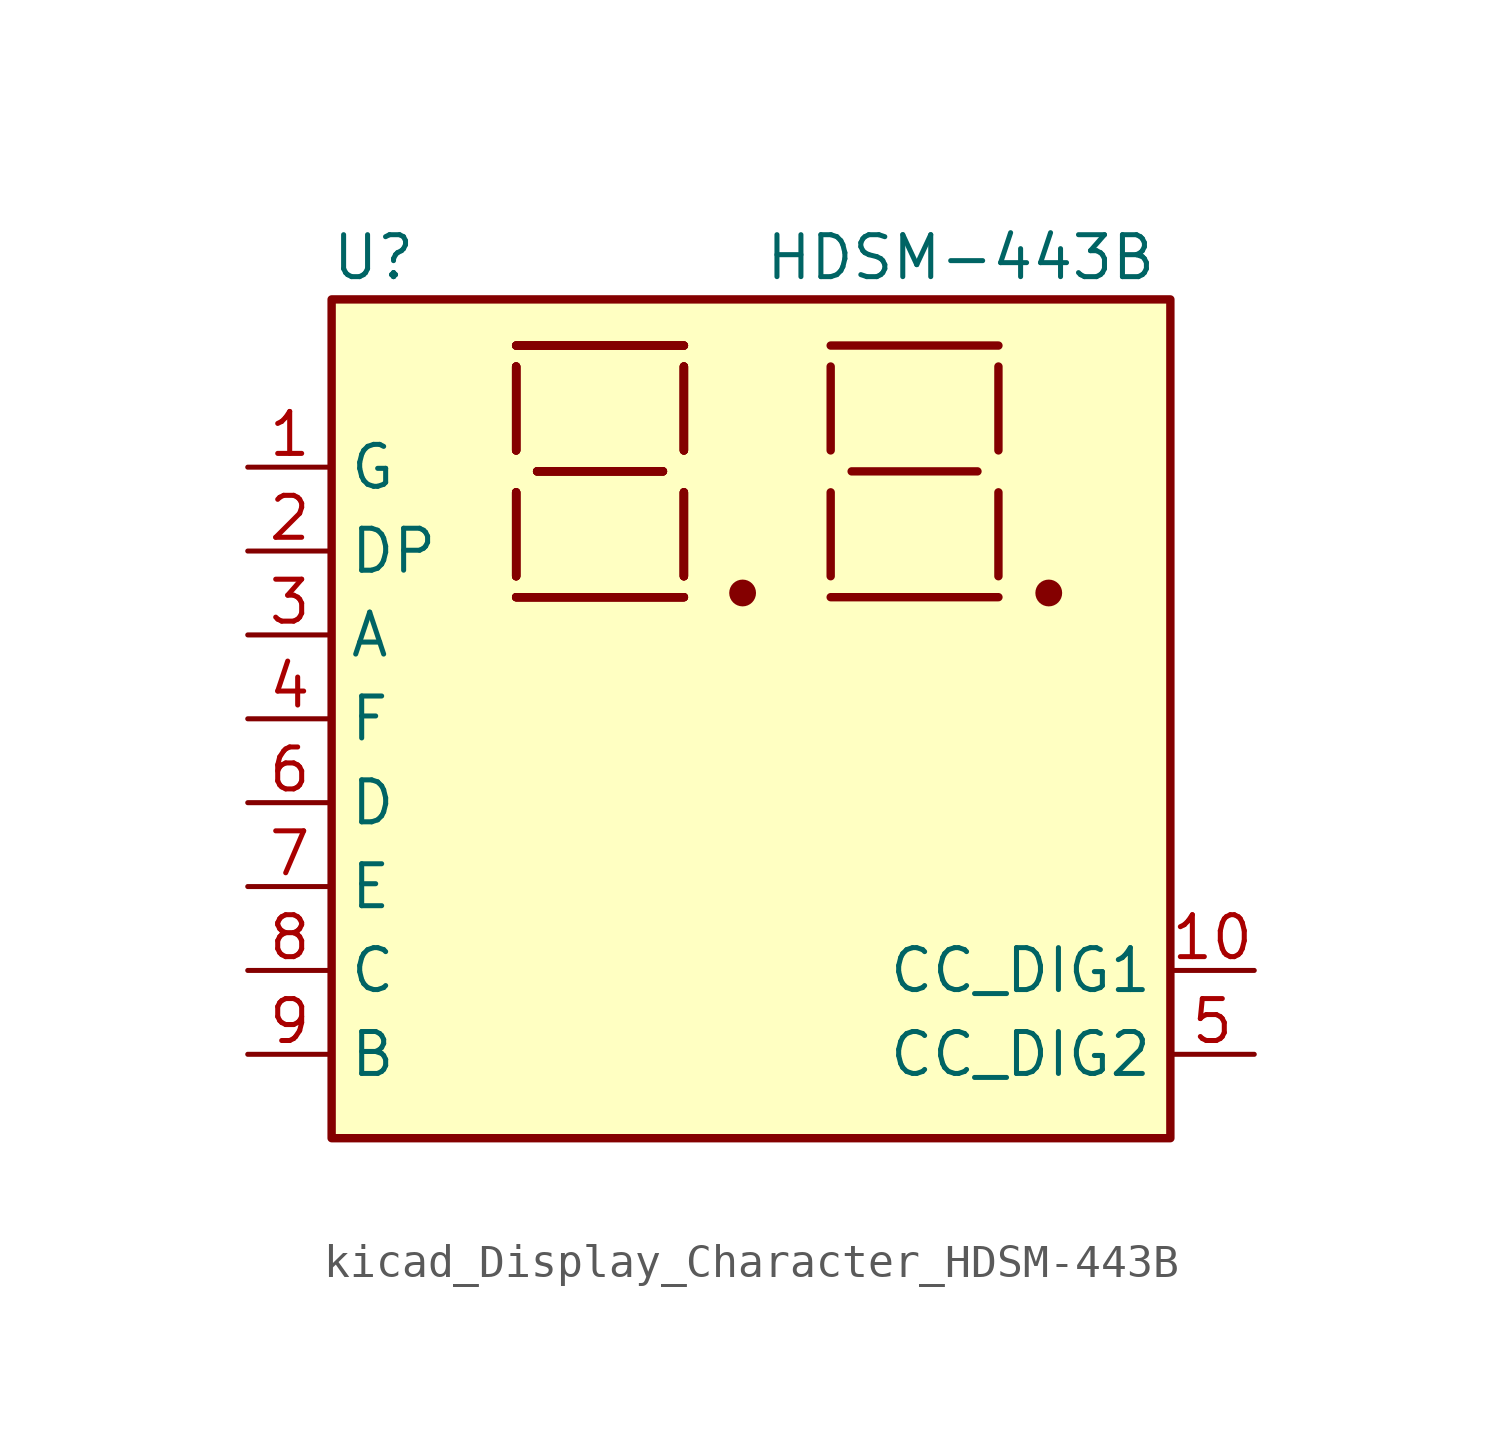
<source format=kicad_sym>
(kicad_symbol_lib
  (version 20220914)
  (generator kicad_symbol_editor)
  (symbol "kicad_Display_Character_HDSM-443B"
    (property "Reference" "U"
      (at -11.43 13.97 0)
      (effects (font (size 1.27 1.27))))
    (property "Value" "HDSM-443B"
      (at 6.35 13.97 0)
      (effects (font (size 1.27 1.27))))
    (symbol "kicad_Display_Character_HDSM-443B_0_1"
      (rectangle (start -12.7 12.7) (end 12.7 -12.7) (stroke (width 0.254) (type default)) (fill (type background)))
      (circle (center -0.254 3.81) (radius 0.279) (stroke (width 0.254) (type default)) (fill (type outline)))
      (polyline (pts (xy -7.112 3.683) (xy -2.032 3.683)) (stroke (width 0.254) (type default)) (fill (type none)))
      (polyline (pts (xy -7.112 3.683) (xy -2.032 3.683)) (stroke (width 0.254) (type default)) (fill (type none)))
      (polyline (pts (xy -7.112 3.683) (xy -2.032 3.683)) (stroke (width 0.254) (type default)) (fill (type none)))
      (polyline (pts (xy -7.112 3.683) (xy -2.032 3.683)) (stroke (width 0.254) (type default)) (fill (type none)))
      (polyline (pts (xy -7.112 4.318) (xy -7.112 6.858)) (stroke (width 0.254) (type default)) (fill (type none)))
      (polyline (pts (xy -7.112 4.318) (xy -7.112 6.858)) (stroke (width 0.254) (type default)) (fill (type none)))
      (polyline (pts (xy -7.112 4.318) (xy -7.112 6.858)) (stroke (width 0.254) (type default)) (fill (type none)))
      (polyline (pts (xy -7.112 4.318) (xy -7.112 6.858)) (stroke (width 0.254) (type default)) (fill (type none)))
      (polyline (pts (xy -7.112 8.128) (xy -7.112 10.668)) (stroke (width 0.254) (type default)) (fill (type none)))
      (polyline (pts (xy -7.112 8.128) (xy -7.112 10.668)) (stroke (width 0.254) (type default)) (fill (type none)))
      (polyline (pts (xy -7.112 8.128) (xy -7.112 10.668)) (stroke (width 0.254) (type default)) (fill (type none)))
      (polyline (pts (xy -7.112 8.128) (xy -7.112 10.668)) (stroke (width 0.254) (type default)) (fill (type none)))
      (polyline (pts (xy -7.112 11.303) (xy -2.032 11.303)) (stroke (width 0.254) (type default)) (fill (type none)))
      (polyline (pts (xy -7.112 11.303) (xy -2.032 11.303)) (stroke (width 0.254) (type default)) (fill (type none)))
      (polyline (pts (xy -7.112 11.303) (xy -2.032 11.303)) (stroke (width 0.254) (type default)) (fill (type none)))
      (polyline (pts (xy -7.112 11.303) (xy -2.032 11.303)) (stroke (width 0.254) (type default)) (fill (type none)))
      (polyline (pts (xy -6.477 7.493) (xy -2.667 7.493)) (stroke (width 0.254) (type default)) (fill (type none)))
      (polyline (pts (xy -6.477 7.493) (xy -2.667 7.493)) (stroke (width 0.254) (type default)) (fill (type none)))
      (polyline (pts (xy -6.477 7.493) (xy -2.667 7.493)) (stroke (width 0.254) (type default)) (fill (type none)))
      (polyline (pts (xy -6.477 7.493) (xy -2.667 7.493)) (stroke (width 0.254) (type default)) (fill (type none)))
      (polyline (pts (xy -2.032 4.318) (xy -2.032 6.858)) (stroke (width 0.254) (type default)) (fill (type none)))
      (polyline (pts (xy -2.032 4.318) (xy -2.032 6.858)) (stroke (width 0.254) (type default)) (fill (type none)))
      (polyline (pts (xy -2.032 4.318) (xy -2.032 6.858)) (stroke (width 0.254) (type default)) (fill (type none)))
      (polyline (pts (xy -2.032 4.318) (xy -2.032 6.858)) (stroke (width 0.254) (type default)) (fill (type none)))
      (polyline (pts (xy -2.032 10.668) (xy -2.032 8.128)) (stroke (width 0.254) (type default)) (fill (type none)))
      (polyline (pts (xy -2.032 10.668) (xy -2.032 8.128)) (stroke (width 0.254) (type default)) (fill (type none)))
      (polyline (pts (xy -2.032 10.668) (xy -2.032 8.128)) (stroke (width 0.254) (type default)) (fill (type none)))
      (polyline (pts (xy -2.032 10.668) (xy -2.032 8.128)) (stroke (width 0.254) (type default)) (fill (type none)))
      (polyline (pts (xy 2.413 3.683) (xy 7.493 3.683)) (stroke (width 0.254) (type default)) (fill (type none)))
      (polyline (pts (xy 2.413 4.318) (xy 2.413 6.858)) (stroke (width 0.254) (type default)) (fill (type none)))
      (polyline (pts (xy 2.413 8.128) (xy 2.413 10.668)) (stroke (width 0.254) (type default)) (fill (type none)))
      (polyline (pts (xy 2.413 11.303) (xy 7.493 11.303)) (stroke (width 0.254) (type default)) (fill (type none)))
      (polyline (pts (xy 3.048 7.493) (xy 6.858 7.493)) (stroke (width 0.254) (type default)) (fill (type none)))
      (polyline (pts (xy 7.493 4.318) (xy 7.493 6.858)) (stroke (width 0.254) (type default)) (fill (type none)))
      (polyline (pts (xy 7.493 8.128) (xy 7.493 10.668)) (stroke (width 0.254) (type default)) (fill (type none)))
      (circle (center 9.017 3.81) (radius 0.279) (stroke (width 0.254) (type default)) (fill (type outline))))
    (symbol "kicad_Display_Character_HDSM-443B_1_1"
      (pin input line (at -15.24 7.62 0) (length 2.54) (name "G" (effects (font (size 1.27 1.27)))) (number "1" (effects (font (size 1.27 1.27)))))
      (pin input line (at 15.24 -7.62 180) (length 2.54) (name "CC_DIG1" (effects (font (size 1.27 1.27)))) (number "10" (effects (font (size 1.27 1.27)))))
      (pin input line (at -15.24 5.08 0) (length 2.54) (name "DP" (effects (font (size 1.27 1.27)))) (number "2" (effects (font (size 1.27 1.27)))))
      (pin input line (at -15.24 2.54 0) (length 2.54) (name "A" (effects (font (size 1.27 1.27)))) (number "3" (effects (font (size 1.27 1.27)))))
      (pin input line (at -15.24 0 0) (length 2.54) (name "F" (effects (font (size 1.27 1.27)))) (number "4" (effects (font (size 1.27 1.27)))))
      (pin input line (at 15.24 -10.16 180) (length 2.54) (name "CC_DIG2" (effects (font (size 1.27 1.27)))) (number "5" (effects (font (size 1.27 1.27)))))
      (pin input line (at -15.24 -2.54 0) (length 2.54) (name "D" (effects (font (size 1.27 1.27)))) (number "6" (effects (font (size 1.27 1.27)))))
      (pin input line (at -15.24 -5.08 0) (length 2.54) (name "E" (effects (font (size 1.27 1.27)))) (number "7" (effects (font (size 1.27 1.27)))))
      (pin input line (at -15.24 -7.62 0) (length 2.54) (name "C" (effects (font (size 1.27 1.27)))) (number "8" (effects (font (size 1.27 1.27)))))
      (pin input line (at -15.24 -10.16 0) (length 2.54) (name "B" (effects (font (size 1.27 1.27)))) (number "9" (effects (font (size 1.27 1.27))))))))
</source>
